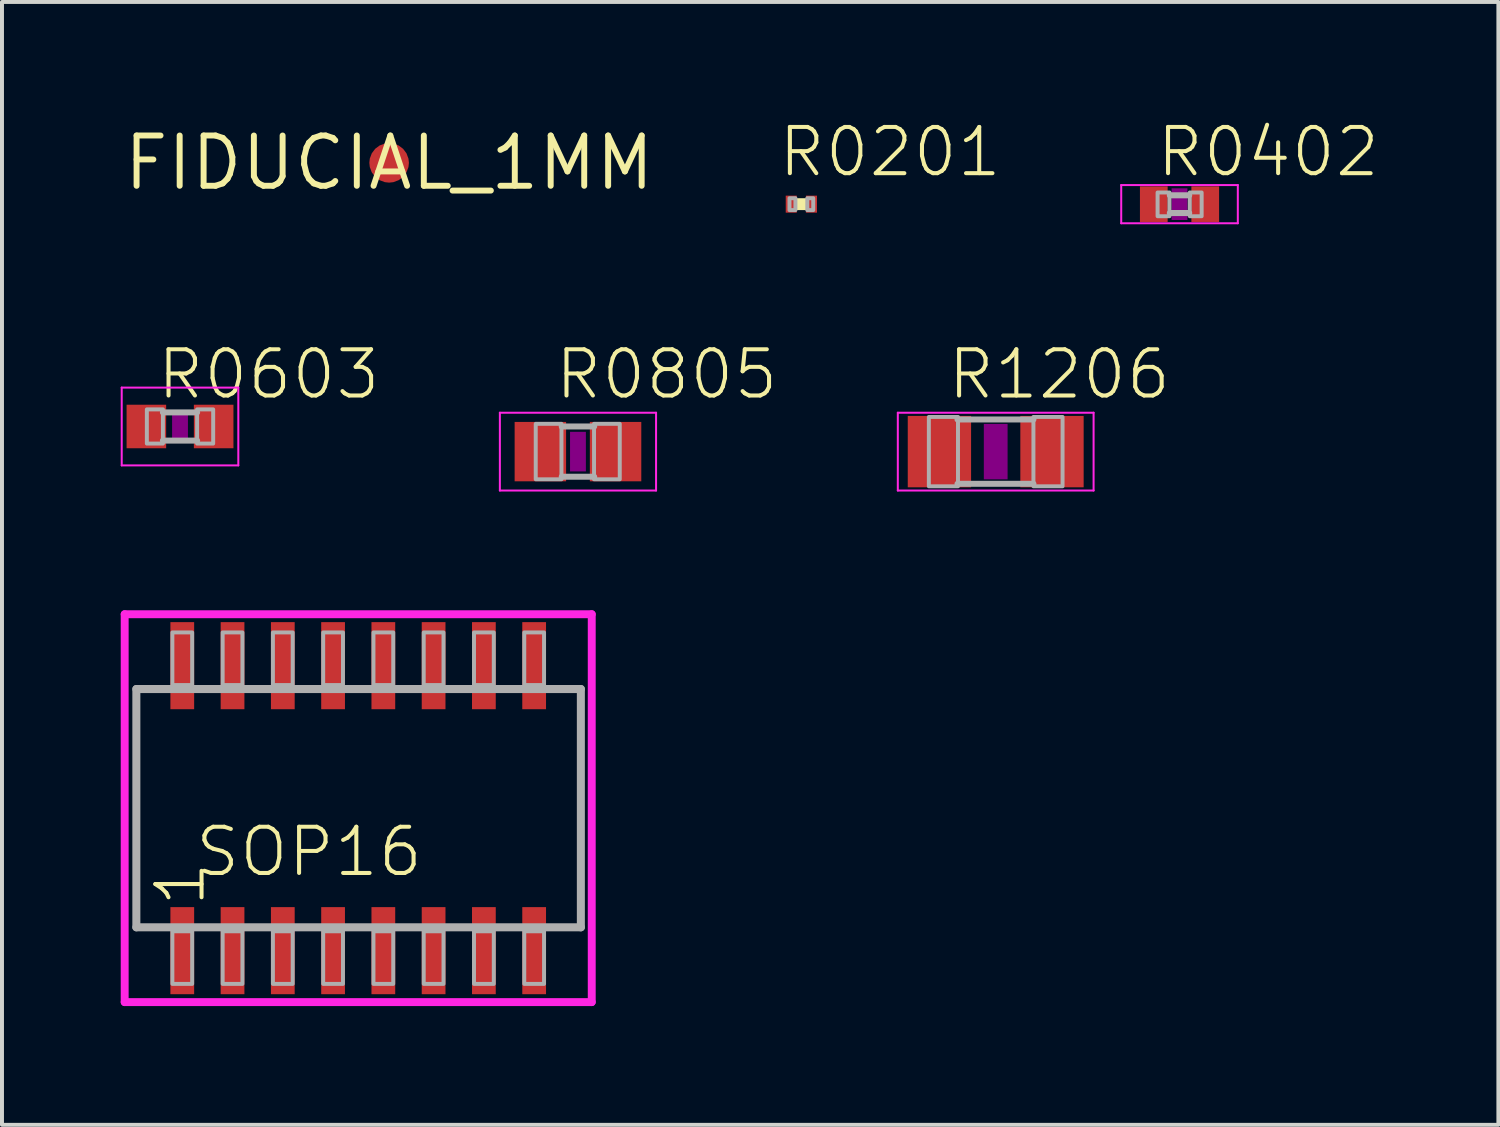
<source format=kicad_pcb>
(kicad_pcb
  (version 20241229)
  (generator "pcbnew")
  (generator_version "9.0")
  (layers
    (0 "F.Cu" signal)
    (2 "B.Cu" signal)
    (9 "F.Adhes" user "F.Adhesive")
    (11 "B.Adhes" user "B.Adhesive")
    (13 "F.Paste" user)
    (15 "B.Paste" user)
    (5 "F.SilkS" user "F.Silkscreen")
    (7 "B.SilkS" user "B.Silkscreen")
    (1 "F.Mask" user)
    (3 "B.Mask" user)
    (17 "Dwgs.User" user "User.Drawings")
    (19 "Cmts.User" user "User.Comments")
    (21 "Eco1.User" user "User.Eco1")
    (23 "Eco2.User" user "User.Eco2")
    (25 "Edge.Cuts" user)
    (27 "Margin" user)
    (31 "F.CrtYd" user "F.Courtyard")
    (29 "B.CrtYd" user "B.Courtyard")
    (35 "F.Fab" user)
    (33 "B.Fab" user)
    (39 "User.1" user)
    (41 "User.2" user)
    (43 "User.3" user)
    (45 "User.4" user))
  (footprint "R0805"
    (layer "F.Cu")
    (at 11.552 8.36)
    (property "Reference" "R0805" (at -0.635 -1.27 0) (layer "F.SilkS") (effects (font (size 1.168 1.168) (thickness 0.102)) (justify left bottom)))
    (fp_poly (pts (xy -0.2 0.5) (xy 0.2 0.5) (xy 0.2 -0.5) (xy -0.2 -0.5)) (stroke (width 0) (type solid)) (fill yes) (layer "F.Adhes"))
    (fp_line (start -1.973 -0.983) (end 1.973 -0.983) (stroke (width 0.051) (type solid)) (layer "F.CrtYd"))
    (fp_line (start -1.973 0.983) (end -1.973 -0.983) (stroke (width 0.051) (type solid)) (layer "F.CrtYd"))
    (fp_line (start 1.973 -0.983) (end 1.973 0.983) (stroke (width 0.051) (type solid)) (layer "F.CrtYd"))
    (fp_line (start 1.973 0.983) (end -1.973 0.983) (stroke (width 0.051) (type solid)) (layer "F.CrtYd"))
    (fp_line (start -0.41 -0.635) (end 0.41 -0.635) (stroke (width 0.152) (type solid)) (layer "F.Fab"))
    (fp_line (start -0.41 0.635) (end 0.41 0.635) (stroke (width 0.152) (type solid)) (layer "F.Fab"))
    (fp_poly (pts (xy -1.067 0.699) (xy -0.417 0.699) (xy -0.417 -0.702) (xy -1.067 -0.702)) (stroke (width 0.1) (type solid)) (fill no) (layer "F.Fab"))
    (fp_poly (pts (xy 0.406 0.699) (xy 1.056 0.699) (xy 1.056 -0.702) (xy 0.406 -0.702)) (stroke (width 0.1) (type solid)) (fill no) (layer "F.Fab"))
    (pad "1" smd rect (at -0.95 0) (size 1.3 1.5) (layers "F.Cu" "F.Mask" "F.Paste"))
    (pad "2" smd rect (at 0.95 0) (size 1.3 1.5) (layers "F.Cu" "F.Mask" "F.Paste")))
  (footprint "R0603"
    (layer "F.Cu")
    (at 1.498 7.725)
    (property "Reference" "R0603" (at -0.635 -0.635 0) (layer "F.SilkS") (effects (font (size 1.168 1.168) (thickness 0.102)) (justify left bottom)))
    (fp_poly (pts (xy -0.2 0.4) (xy 0.2 0.4) (xy 0.2 -0.4) (xy -0.2 -0.4)) (stroke (width 0) (type solid)) (fill yes) (layer "F.Adhes"))
    (fp_line (start -1.473 -0.983) (end 1.473 -0.983) (stroke (width 0.051) (type solid)) (layer "F.CrtYd"))
    (fp_line (start -1.473 0.983) (end -1.473 -0.983) (stroke (width 0.051) (type solid)) (layer "F.CrtYd"))
    (fp_line (start 1.473 -0.983) (end 1.473 0.983) (stroke (width 0.051) (type solid)) (layer "F.CrtYd"))
    (fp_line (start 1.473 0.983) (end -1.473 0.983) (stroke (width 0.051) (type solid)) (layer "F.CrtYd"))
    (fp_line (start -0.432 0.356) (end 0.432 0.356) (stroke (width 0.152) (type solid)) (layer "F.Fab"))
    (fp_line (start 0.432 -0.356) (end -0.432 -0.356) (stroke (width 0.152) (type solid)) (layer "F.Fab"))
    (fp_poly (pts (xy -0.838 0.432) (xy -0.432 0.432) (xy -0.432 -0.432) (xy -0.838 -0.432)) (stroke (width 0.1) (type solid)) (fill no) (layer "F.Fab"))
    (fp_poly (pts (xy 0.432 0.432) (xy 0.838 0.432) (xy 0.838 -0.432) (xy 0.432 -0.432)) (stroke (width 0.1) (type solid)) (fill no) (layer "F.Fab"))
    (pad "1" smd rect (at -0.85 0) (size 1 1.1) (layers "F.Cu" "F.Mask" "F.Paste"))
    (pad "2" smd rect (at 0.85 0) (size 1 1.1) (layers "F.Cu" "F.Mask" "F.Paste")))
  (footprint "SOP16"
    (layer "F.Cu")
    (at 6 17.368)
    (property "Reference" "SOP16" (at -4.175 1.785 0) (layer "F.SilkS") (effects (font (size 1.168 1.168) (thickness 0.102)) (justify left bottom)))
    (fp_line (start -5.9 -4.9) (end 5.9 -4.9) (stroke (width 0.2) (type solid)) (layer "F.CrtYd"))
    (fp_line (start -5.9 4.9) (end -5.9 -4.9) (stroke (width 0.2) (type solid)) (layer "F.CrtYd"))
    (fp_line (start 5.9 -4.9) (end 5.9 4.9) (stroke (width 0.2) (type solid)) (layer "F.CrtYd"))
    (fp_line (start 5.9 4.9) (end -5.9 4.9) (stroke (width 0.2) (type solid)) (layer "F.CrtYd"))
    (fp_line (start -5.605 -3.01) (end 5.625 -3.01) (stroke (width 0.203) (type solid)) (layer "F.Fab"))
    (fp_line (start -5.605 3.01) (end -5.605 -3.01) (stroke (width 0.203) (type solid)) (layer "F.Fab"))
    (fp_line (start 5.625 -3.01) (end 5.625 3.01) (stroke (width 0.203) (type solid)) (layer "F.Fab"))
    (fp_line (start 5.625 3.01) (end -5.605 3.01) (stroke (width 0.203) (type solid)) (layer "F.Fab"))
    (fp_poly (pts (xy -4.695 -3.11) (xy -4.195 -3.11) (xy -4.195 -4.44) (xy -4.695 -4.44)) (stroke (width 0.1) (type solid)) (fill no) (layer "F.Fab"))
    (fp_poly (pts (xy -4.695 4.44) (xy -4.195 4.44) (xy -4.195 3.11) (xy -4.695 3.11)) (stroke (width 0.1) (type solid)) (fill no) (layer "F.Fab"))
    (fp_poly (pts (xy -3.425 -3.11) (xy -2.925 -3.11) (xy -2.925 -4.44) (xy -3.425 -4.44)) (stroke (width 0.1) (type solid)) (fill no) (layer "F.Fab"))
    (fp_poly (pts (xy -3.425 4.44) (xy -2.925 4.44) (xy -2.925 3.11) (xy -3.425 3.11)) (stroke (width 0.1) (type solid)) (fill no) (layer "F.Fab"))
    (fp_poly (pts (xy -2.155 -3.11) (xy -1.655 -3.11) (xy -1.655 -4.44) (xy -2.155 -4.44)) (stroke (width 0.1) (type solid)) (fill no) (layer "F.Fab"))
    (fp_poly (pts (xy -2.155 4.44) (xy -1.655 4.44) (xy -1.655 3.11) (xy -2.155 3.11)) (stroke (width 0.1) (type solid)) (fill no) (layer "F.Fab"))
    (fp_poly (pts (xy -0.885 -3.11) (xy -0.385 -3.11) (xy -0.385 -4.44) (xy -0.885 -4.44)) (stroke (width 0.1) (type solid)) (fill no) (layer "F.Fab"))
    (fp_poly (pts (xy -0.885 4.44) (xy -0.385 4.44) (xy -0.385 3.11) (xy -0.885 3.11)) (stroke (width 0.1) (type solid)) (fill no) (layer "F.Fab"))
    (fp_poly (pts (xy 0.385 -3.11) (xy 0.885 -3.11) (xy 0.885 -4.44) (xy 0.385 -4.44)) (stroke (width 0.1) (type solid)) (fill no) (layer "F.Fab"))
    (fp_poly (pts (xy 0.385 4.44) (xy 0.885 4.44) (xy 0.885 3.11) (xy 0.385 3.11)) (stroke (width 0.1) (type solid)) (fill no) (layer "F.Fab"))
    (fp_poly (pts (xy 1.655 -3.11) (xy 2.155 -3.11) (xy 2.155 -4.44) (xy 1.655 -4.44)) (stroke (width 0.1) (type solid)) (fill no) (layer "F.Fab"))
    (fp_poly (pts (xy 1.655 4.44) (xy 2.155 4.44) (xy 2.155 3.11) (xy 1.655 3.11)) (stroke (width 0.1) (type solid)) (fill no) (layer "F.Fab"))
    (fp_poly (pts (xy 2.925 -3.11) (xy 3.425 -3.11) (xy 3.425 -4.44) (xy 2.925 -4.44)) (stroke (width 0.1) (type solid)) (fill no) (layer "F.Fab"))
    (fp_poly (pts (xy 2.925 4.44) (xy 3.425 4.44) (xy 3.425 3.11) (xy 2.925 3.11)) (stroke (width 0.1) (type solid)) (fill no) (layer "F.Fab"))
    (fp_poly (pts (xy 4.195 -3.11) (xy 4.695 -3.11) (xy 4.695 -4.44) (xy 4.195 -4.44)) (stroke (width 0.1) (type solid)) (fill no) (layer "F.Fab"))
    (fp_poly (pts (xy 4.195 4.44) (xy 4.695 4.44) (xy 4.695 3.11) (xy 4.195 3.11)) (stroke (width 0.1) (type solid)) (fill no) (layer "F.Fab"))
    (fp_text user "1" (at -3.81 2.54 90) (layer "F.SilkS") (effects (font (size 1.168 1.168) (thickness 0.102)) (justify left bottom)))
    (pad "1" smd rect (at -4.445 3.6) (size 0.6 2.2) (layers "F.Cu" "F.Mask" "F.Paste"))
    (pad "2" smd rect (at -3.175 3.6) (size 0.6 2.2) (layers "F.Cu" "F.Mask" "F.Paste"))
    (pad "3" smd rect (at -1.905 3.6) (size 0.6 2.2) (layers "F.Cu" "F.Mask" "F.Paste"))
    (pad "4" smd rect (at -0.635 3.6) (size 0.6 2.2) (layers "F.Cu" "F.Mask" "F.Paste"))
    (pad "5" smd rect (at 0.635 3.6) (size 0.6 2.2) (layers "F.Cu" "F.Mask" "F.Paste"))
    (pad "6" smd rect (at 1.905 3.6) (size 0.6 2.2) (layers "F.Cu" "F.Mask" "F.Paste"))
    (pad "7" smd rect (at 3.175 3.6) (size 0.6 2.2) (layers "F.Cu" "F.Mask" "F.Paste"))
    (pad "8" smd rect (at 4.445 3.6) (size 0.6 2.2) (layers "F.Cu" "F.Mask" "F.Paste"))
    (pad "9" smd rect (at 4.445 -3.6) (size 0.6 2.2) (layers "F.Cu" "F.Mask" "F.Paste"))
    (pad "10" smd rect (at 3.175 -3.6) (size 0.6 2.2) (layers "F.Cu" "F.Mask" "F.Paste"))
    (pad "11" smd rect (at 1.905 -3.6) (size 0.6 2.2) (layers "F.Cu" "F.Mask" "F.Paste"))
    (pad "12" smd rect (at 0.635 -3.6) (size 0.6 2.2) (layers "F.Cu" "F.Mask" "F.Paste"))
    (pad "13" smd rect (at -0.635 -3.6) (size 0.6 2.2) (layers "F.Cu" "F.Mask" "F.Paste"))
    (pad "14" smd rect (at -1.905 -3.6) (size 0.6 2.2) (layers "F.Cu" "F.Mask" "F.Paste"))
    (pad "15" smd rect (at -3.175 -3.6) (size 0.6 2.2) (layers "F.Cu" "F.Mask" "F.Paste"))
    (pad "16" smd rect (at -4.445 -3.6) (size 0.6 2.2) (layers "F.Cu" "F.Mask" "F.Paste")))
  (footprint "FIDUCIAL_1MM"
    (layer "F.Cu")
    (at 6.781 1.064)
    (property "Reference" "FIDUCIAL_1MM" (at 0 0 0) (layer "F.SilkS") (effects (font (size 1.27 1.27) (thickness 0.15))))
    (fp_poly (pts (xy 0.404 -0.984) (xy 0.591 -0.885) (xy 0.752 -0.752) (xy 0.885 -0.591) (xy 0.983 -0.407) (xy 1.043 -0.208) (xy 1.064 0.003) (xy 0.984 0.404) (xy 0.885 0.591) (xy 0.752 0.752) (xy 0.591 0.885) (xy 0.407 0.983) (xy 0.208 1.043) (xy -0.003 1.064) (xy -0.404 0.984) (xy -0.591 0.885) (xy -0.752 0.752) (xy -0.885 0.591) (xy -0.983 0.407) (xy -1.043 0.208) (xy -1.064 -0.003) (xy -0.984 -0.404) (xy -0.885 -0.591) (xy -0.752 -0.752) (xy -0.591 -0.885) (xy -0.407 -0.983) (xy -0.208 -1.043) (xy 0.003 -1.064)) (stroke (width 0) (type solid)) (fill yes) (layer "F.Mask"))
    (pad "1" smd roundrect (at 0 0) (size 1 1) (layers "F.Cu") (roundrect_rratio 0.5))
    (zone (net_name "") (layer "F.Cu") (hatch edge 0.508) (connect_pads) (min_thickness 0.254) (filled_areas_thickness no) (keepout (tracks not_allowed) (vias not_allowed) (pads not_allowed) (copperpour not_allowed) (footprints allowed)) (placement (enabled no)) (fill) (polygon (pts (xy 5.781 1.064) (xy 5.8 1.259) (xy 5.857 1.447) (xy 5.949 1.62) (xy 6.074 1.771) (xy 6.225 1.896) (xy 6.398 1.988) (xy 6.781 2.064) (xy 6.976 2.045) (xy 7.163 1.988) (xy 7.336 1.896) (xy 7.488 1.771) (xy 7.612 1.62) (xy 7.704 1.447) (xy 7.781 1.064) (xy 7.761 0.869) (xy 7.704 0.681) (xy 7.612 0.509) (xy 7.488 0.357) (xy 7.336 0.233) (xy 7.163 0.14) (xy 6.781 0.064) (xy 6.586 0.083) (xy 6.398 0.14) (xy 6.225 0.233) (xy 6.074 0.357) (xy 5.949 0.509) (xy 5.857 0.681)))))
  (footprint "R0402"
    (layer "F.Cu")
    (at 26.75 2.108)
    (property "Reference" "R0402" (at -0.635 -0.635 0) (layer "F.SilkS") (effects (font (size 1.168 1.168) (thickness 0.102)) (justify left bottom)))
    (fp_poly (pts (xy -0.2 0.4) (xy 0.2 0.4) (xy 0.2 -0.4) (xy -0.2 -0.4)) (stroke (width 0) (type solid)) (fill yes) (layer "F.Adhes"))
    (fp_line (start -1.473 -0.483) (end 1.473 -0.483) (stroke (width 0.051) (type solid)) (layer "F.CrtYd"))
    (fp_line (start -1.473 0.483) (end -1.473 -0.483) (stroke (width 0.051) (type solid)) (layer "F.CrtYd"))
    (fp_line (start 1.473 -0.483) (end 1.473 0.483) (stroke (width 0.051) (type solid)) (layer "F.CrtYd"))
    (fp_line (start 1.473 0.483) (end -1.473 0.483) (stroke (width 0.051) (type solid)) (layer "F.CrtYd"))
    (fp_line (start -0.245 -0.224) (end 0.245 -0.224) (stroke (width 0.152) (type solid)) (layer "F.Fab"))
    (fp_line (start 0.245 0.224) (end -0.245 0.224) (stroke (width 0.152) (type solid)) (layer "F.Fab"))
    (fp_poly (pts (xy -0.554 0.305) (xy -0.254 0.305) (xy -0.254 -0.295) (xy -0.554 -0.295)) (stroke (width 0.1) (type solid)) (fill no) (layer "F.Fab"))
    (fp_poly (pts (xy 0.259 0.305) (xy 0.559 0.305) (xy 0.559 -0.295) (xy 0.259 -0.295)) (stroke (width 0.1) (type solid)) (fill no) (layer "F.Fab"))
    (pad "1" smd rect (at -0.65 0) (size 0.7 0.9) (layers "F.Cu" "F.Mask" "F.Paste"))
    (pad "2" smd rect (at 0.65 0) (size 0.7 0.9) (layers "F.Cu" "F.Mask" "F.Paste")))
  (footprint "R0201"
    (layer "F.Cu")
    (at 17.196 2.108)
    (property "Reference" "R0201" (at -0.635 -0.635 0) (layer "F.SilkS") (effects (font (size 1.168 1.168) (thickness 0.102)) (justify left bottom)))
    (fp_poly (pts (xy -0.15 0.15) (xy 0.15 0.15) (xy 0.15 -0.15) (xy -0.15 -0.15)) (stroke (width 0) (type solid)) (fill yes) (layer "F.SilkS"))
    (fp_poly (pts (xy -0.3 0.15) (xy -0.15 0.15) (xy -0.15 -0.15) (xy -0.3 -0.15)) (stroke (width 0.1) (type solid)) (fill no) (layer "F.Fab"))
    (fp_poly (pts (xy 0.15 0.15) (xy 0.3 0.15) (xy 0.3 -0.15) (xy 0.15 -0.15)) (stroke (width 0.1) (type solid)) (fill no) (layer "F.Fab"))
    (pad "1" smd rect (at -0.255 0) (size 0.28 0.43) (layers "F.Cu" "F.Mask" "F.Paste"))
    (pad "2" smd rect (at 0.255 0) (size 0.28 0.43) (layers "F.Cu" "F.Mask" "F.Paste")))
  (footprint "R1206"
    (layer "F.Cu")
    (at 22.106 8.36)
    (property "Reference" "R1206" (at -1.27 -1.27 0) (layer "F.SilkS") (effects (font (size 1.168 1.168) (thickness 0.102)) (justify left bottom)))
    (fp_poly (pts (xy -0.3 0.7) (xy 0.3 0.7) (xy 0.3 -0.7) (xy -0.3 -0.7)) (stroke (width 0) (type solid)) (fill yes) (layer "F.Adhes"))
    (fp_line (start -2.473 -0.983) (end 2.473 -0.983) (stroke (width 0.051) (type solid)) (layer "F.CrtYd"))
    (fp_line (start -2.473 0.983) (end -2.473 -0.983) (stroke (width 0.051) (type solid)) (layer "F.CrtYd"))
    (fp_line (start 2.473 -0.983) (end 2.473 0.983) (stroke (width 0.051) (type solid)) (layer "F.CrtYd"))
    (fp_line (start 2.473 0.983) (end -2.473 0.983) (stroke (width 0.051) (type solid)) (layer "F.CrtYd"))
    (fp_line (start 0.953 -0.813) (end -0.965 -0.813) (stroke (width 0.152) (type solid)) (layer "F.Fab"))
    (fp_line (start 0.953 0.813) (end -0.965 0.813) (stroke (width 0.152) (type solid)) (layer "F.Fab"))
    (fp_poly (pts (xy -1.689 0.876) (xy -0.953 0.876) (xy -0.953 -0.876) (xy -1.689 -0.876)) (stroke (width 0.1) (type solid)) (fill no) (layer "F.Fab"))
    (fp_poly (pts (xy 0.953 0.876) (xy 1.689 0.876) (xy 1.689 -0.876) (xy 0.953 -0.876)) (stroke (width 0.1) (type solid)) (fill no) (layer "F.Fab"))
    (pad "1" smd rect (at -1.422 0) (size 1.6 1.803) (layers "F.Cu" "F.Mask" "F.Paste"))
    (pad "2" smd rect (at 1.422 0) (size 1.6 1.803) (layers "F.Cu" "F.Mask" "F.Paste")))
  (gr_rect
    (start -3 -3)
    (end 34.806 25.368)
    (stroke (width 0.1) (type default))
    (fill no)
    (layer "Edge.Cuts")))
</source>
